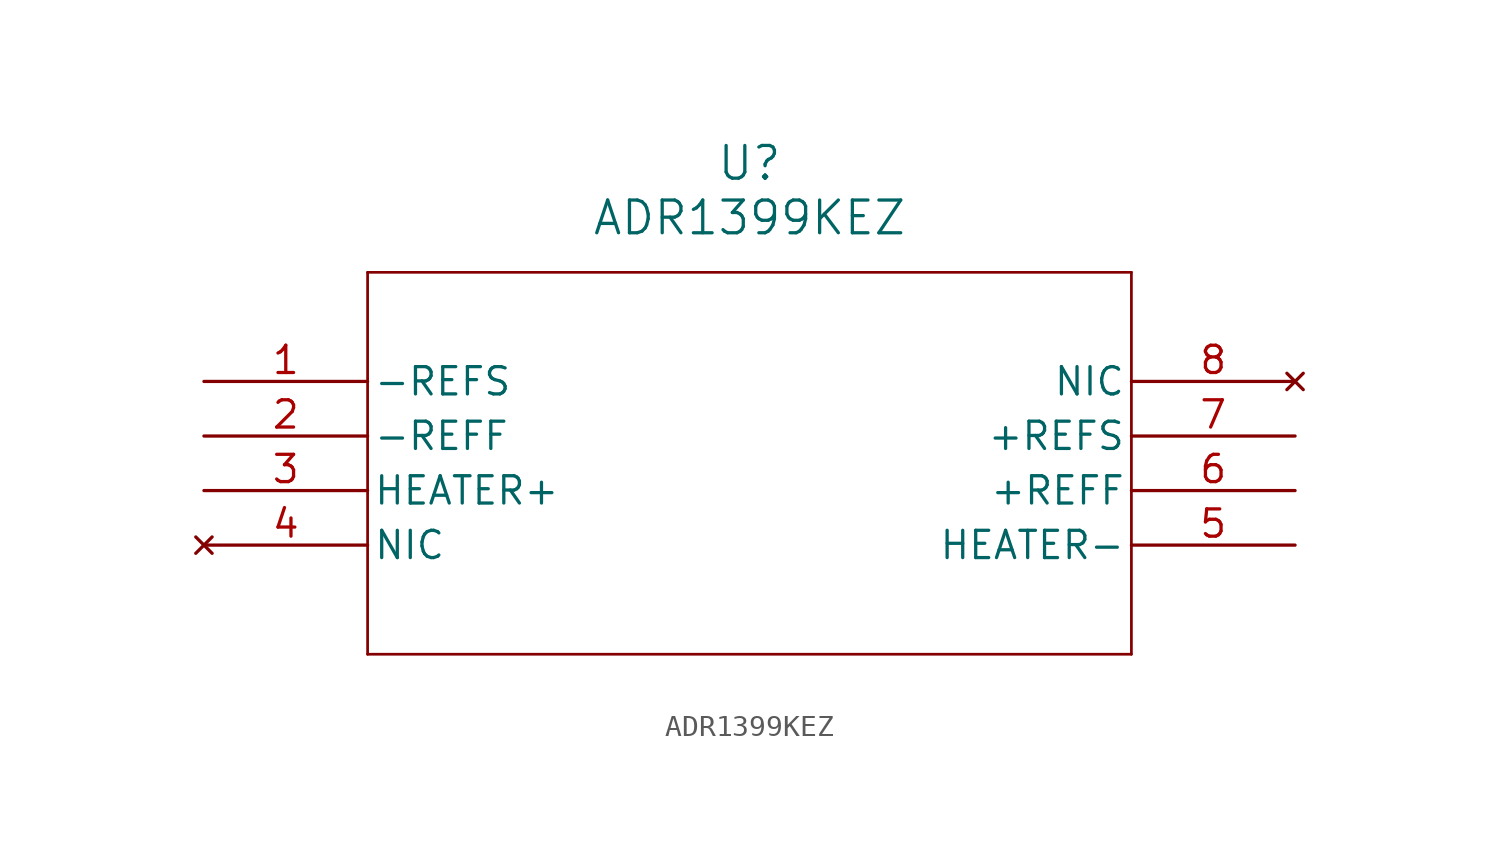
<source format=kicad_sym>
(kicad_symbol_lib
  (version 20211014)
  (generator kicad_symbol_editor)
  (symbol "ADR1399KEZ"
    (pin_names
      (offset 0.254))
    (property "Reference" "U"
      (at 25.4 10.16 0)
      (effects (font (size 1.524 1.524))))
    (property "Value" "ADR1399KEZ"
      (at 25.4 7.62 0)
      (effects (font (size 1.524 1.524))))
    (symbol "ADR1399KEZ_0_1"
      (polyline (pts (xy 7.62 5.08) (xy 7.62 -12.7)) (stroke (width 0.127) (type default) (color 0 0 0 0)) (fill (type none)))
      (polyline (pts (xy 7.62 -12.7) (xy 43.18 -12.7)) (stroke (width 0.127) (type default) (color 0 0 0 0)) (fill (type none)))
      (polyline (pts (xy 43.18 -12.7) (xy 43.18 5.08)) (stroke (width 0.127) (type default) (color 0 0 0 0)) (fill (type none)))
      (polyline (pts (xy 43.18 5.08) (xy 7.62 5.08)) (stroke (width 0.127) (type default) (color 0 0 0 0)) (fill (type none)))
      (pin unspecified line (at 0 0 0) (length 7.62) (name "-REFS" (effects (font (size 1.27 1.27)))) (number "1" (effects (font (size 1.27 1.27)))))
      (pin unspecified line (at 0 -2.54 0) (length 7.62) (name "-REFF" (effects (font (size 1.27 1.27)))) (number "2" (effects (font (size 1.27 1.27)))))
      (pin unspecified line (at 0 -5.08 0) (length 7.62) (name "HEATER+" (effects (font (size 1.27 1.27)))) (number "3" (effects (font (size 1.27 1.27)))))
      (pin no_connect line (at 0 -7.62 0) (length 7.62) (name "NIC" (effects (font (size 1.27 1.27)))) (number "4" (effects (font (size 1.27 1.27)))))
      (pin unspecified line (at 50.8 -7.62 180) (length 7.62) (name "HEATER-" (effects (font (size 1.27 1.27)))) (number "5" (effects (font (size 1.27 1.27)))))
      (pin unspecified line (at 50.8 -5.08 180) (length 7.62) (name "+REFF" (effects (font (size 1.27 1.27)))) (number "6" (effects (font (size 1.27 1.27)))))
      (pin unspecified line (at 50.8 -2.54 180) (length 7.62) (name "+REFS" (effects (font (size 1.27 1.27)))) (number "7" (effects (font (size 1.27 1.27)))))
      (pin no_connect line (at 50.8 0 180) (length 7.62) (name "NIC" (effects (font (size 1.27 1.27)))) (number "8" (effects (font (size 1.27 1.27))))))))
</source>
